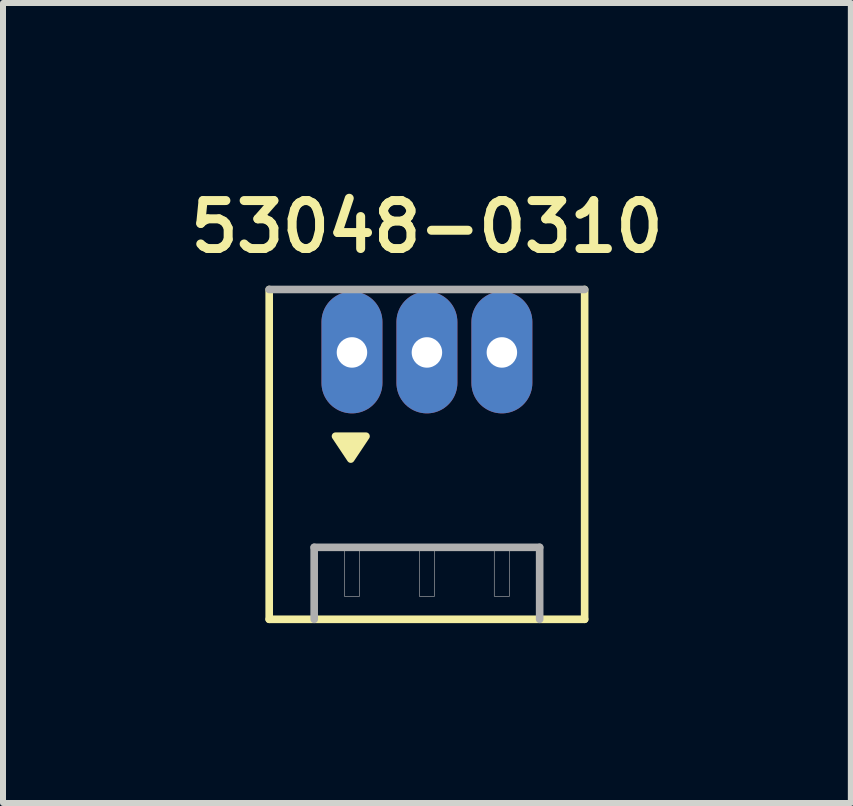
<source format=kicad_pcb>
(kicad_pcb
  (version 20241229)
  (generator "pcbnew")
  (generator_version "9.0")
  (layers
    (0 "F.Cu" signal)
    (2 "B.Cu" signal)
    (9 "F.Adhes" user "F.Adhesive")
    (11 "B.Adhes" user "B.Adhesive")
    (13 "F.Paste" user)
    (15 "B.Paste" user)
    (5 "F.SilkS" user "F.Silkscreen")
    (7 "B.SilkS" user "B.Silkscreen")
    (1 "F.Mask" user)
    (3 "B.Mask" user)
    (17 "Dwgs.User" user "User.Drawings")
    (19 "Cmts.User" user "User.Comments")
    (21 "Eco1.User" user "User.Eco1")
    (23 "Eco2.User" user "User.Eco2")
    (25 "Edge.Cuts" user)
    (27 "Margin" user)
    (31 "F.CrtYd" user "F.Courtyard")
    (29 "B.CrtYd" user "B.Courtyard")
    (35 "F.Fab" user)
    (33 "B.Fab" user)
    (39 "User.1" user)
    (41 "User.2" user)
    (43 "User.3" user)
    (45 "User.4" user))
  (footprint "53048-0310"
    (layer "F.Cu")
    (at 4.069 2.827)
    (property "Reference" "53048-0310" (at 0 -2.095 0) (layer "F.SilkS") (effects (font (size 0.8 0.8) (thickness 0.15))))
    (attr through_hole)
    (fp_line (start -2.63 4.45) (end -2.63 -1.05) (stroke (width 0.127) (type solid)) (layer "F.SilkS"))
    (fp_line (start 2.63 -1.05) (end 2.63 4.45) (stroke (width 0.127) (type solid)) (layer "F.SilkS"))
    (fp_line (start 2.63 4.45) (end -2.63 4.45) (stroke (width 0.127) (type solid)) (layer "F.SilkS"))
    (fp_poly (pts (xy -1.524 1.397) (xy -1.016 1.397) (xy -1.27 1.778)) (stroke (width 0.127) (type solid)) (fill yes) (layer "F.SilkS"))
    (fp_line (start -2.63 -1.05) (end 2.63 -1.05) (stroke (width 0.127) (type solid)) (layer "F.Fab"))
    (fp_line (start -1.88 3.25) (end 1.88 3.25) (stroke (width 0.127) (type solid)) (layer "F.Fab"))
    (fp_line (start -1.88 4.45) (end -1.88 3.25) (stroke (width 0.127) (type solid)) (layer "F.Fab"))
    (fp_line (start 1.88 3.25) (end 1.88 4.45) (stroke (width 0.127) (type solid)) (layer "F.Fab"))
    (fp_poly (pts (xy -1.377 3.3) (xy -1.123 3.3) (xy -1.123 4.067) (xy -1.377 4.067)) (stroke (width 0.01) (type solid)) (fill no) (layer "F.Fab"))
    (fp_poly (pts (xy -0.127 3.3) (xy 0.127 3.3) (xy 0.127 4.067) (xy -0.127 4.067)) (stroke (width 0.01) (type solid)) (fill no) (layer "F.Fab"))
    (fp_poly (pts (xy 1.123 3.3) (xy 1.377 3.3) (xy 1.377 4.067) (xy 1.123 4.067)) (stroke (width 0.01) (type solid)) (fill no) (layer "F.Fab"))
    (pad "1" thru_hole oval (at -1.25 0) (size 1.016 2.032) (drill 0.508) (layers "*.Cu" "*.Mask"))
    (pad "2" thru_hole oval (at 0 0) (size 1.016 2.032) (drill 0.508) (layers "*.Cu" "*.Mask"))
    (pad "3" thru_hole oval (at 1.25 0) (size 1.016 2.032) (drill 0.508) (layers "*.Cu" "*.Mask")))
  (gr_rect
    (start -3 -3)
    (end 11.138 10.34)
    (stroke (width 0.1) (type default))
    (fill no)
    (layer "Edge.Cuts")))
</source>
